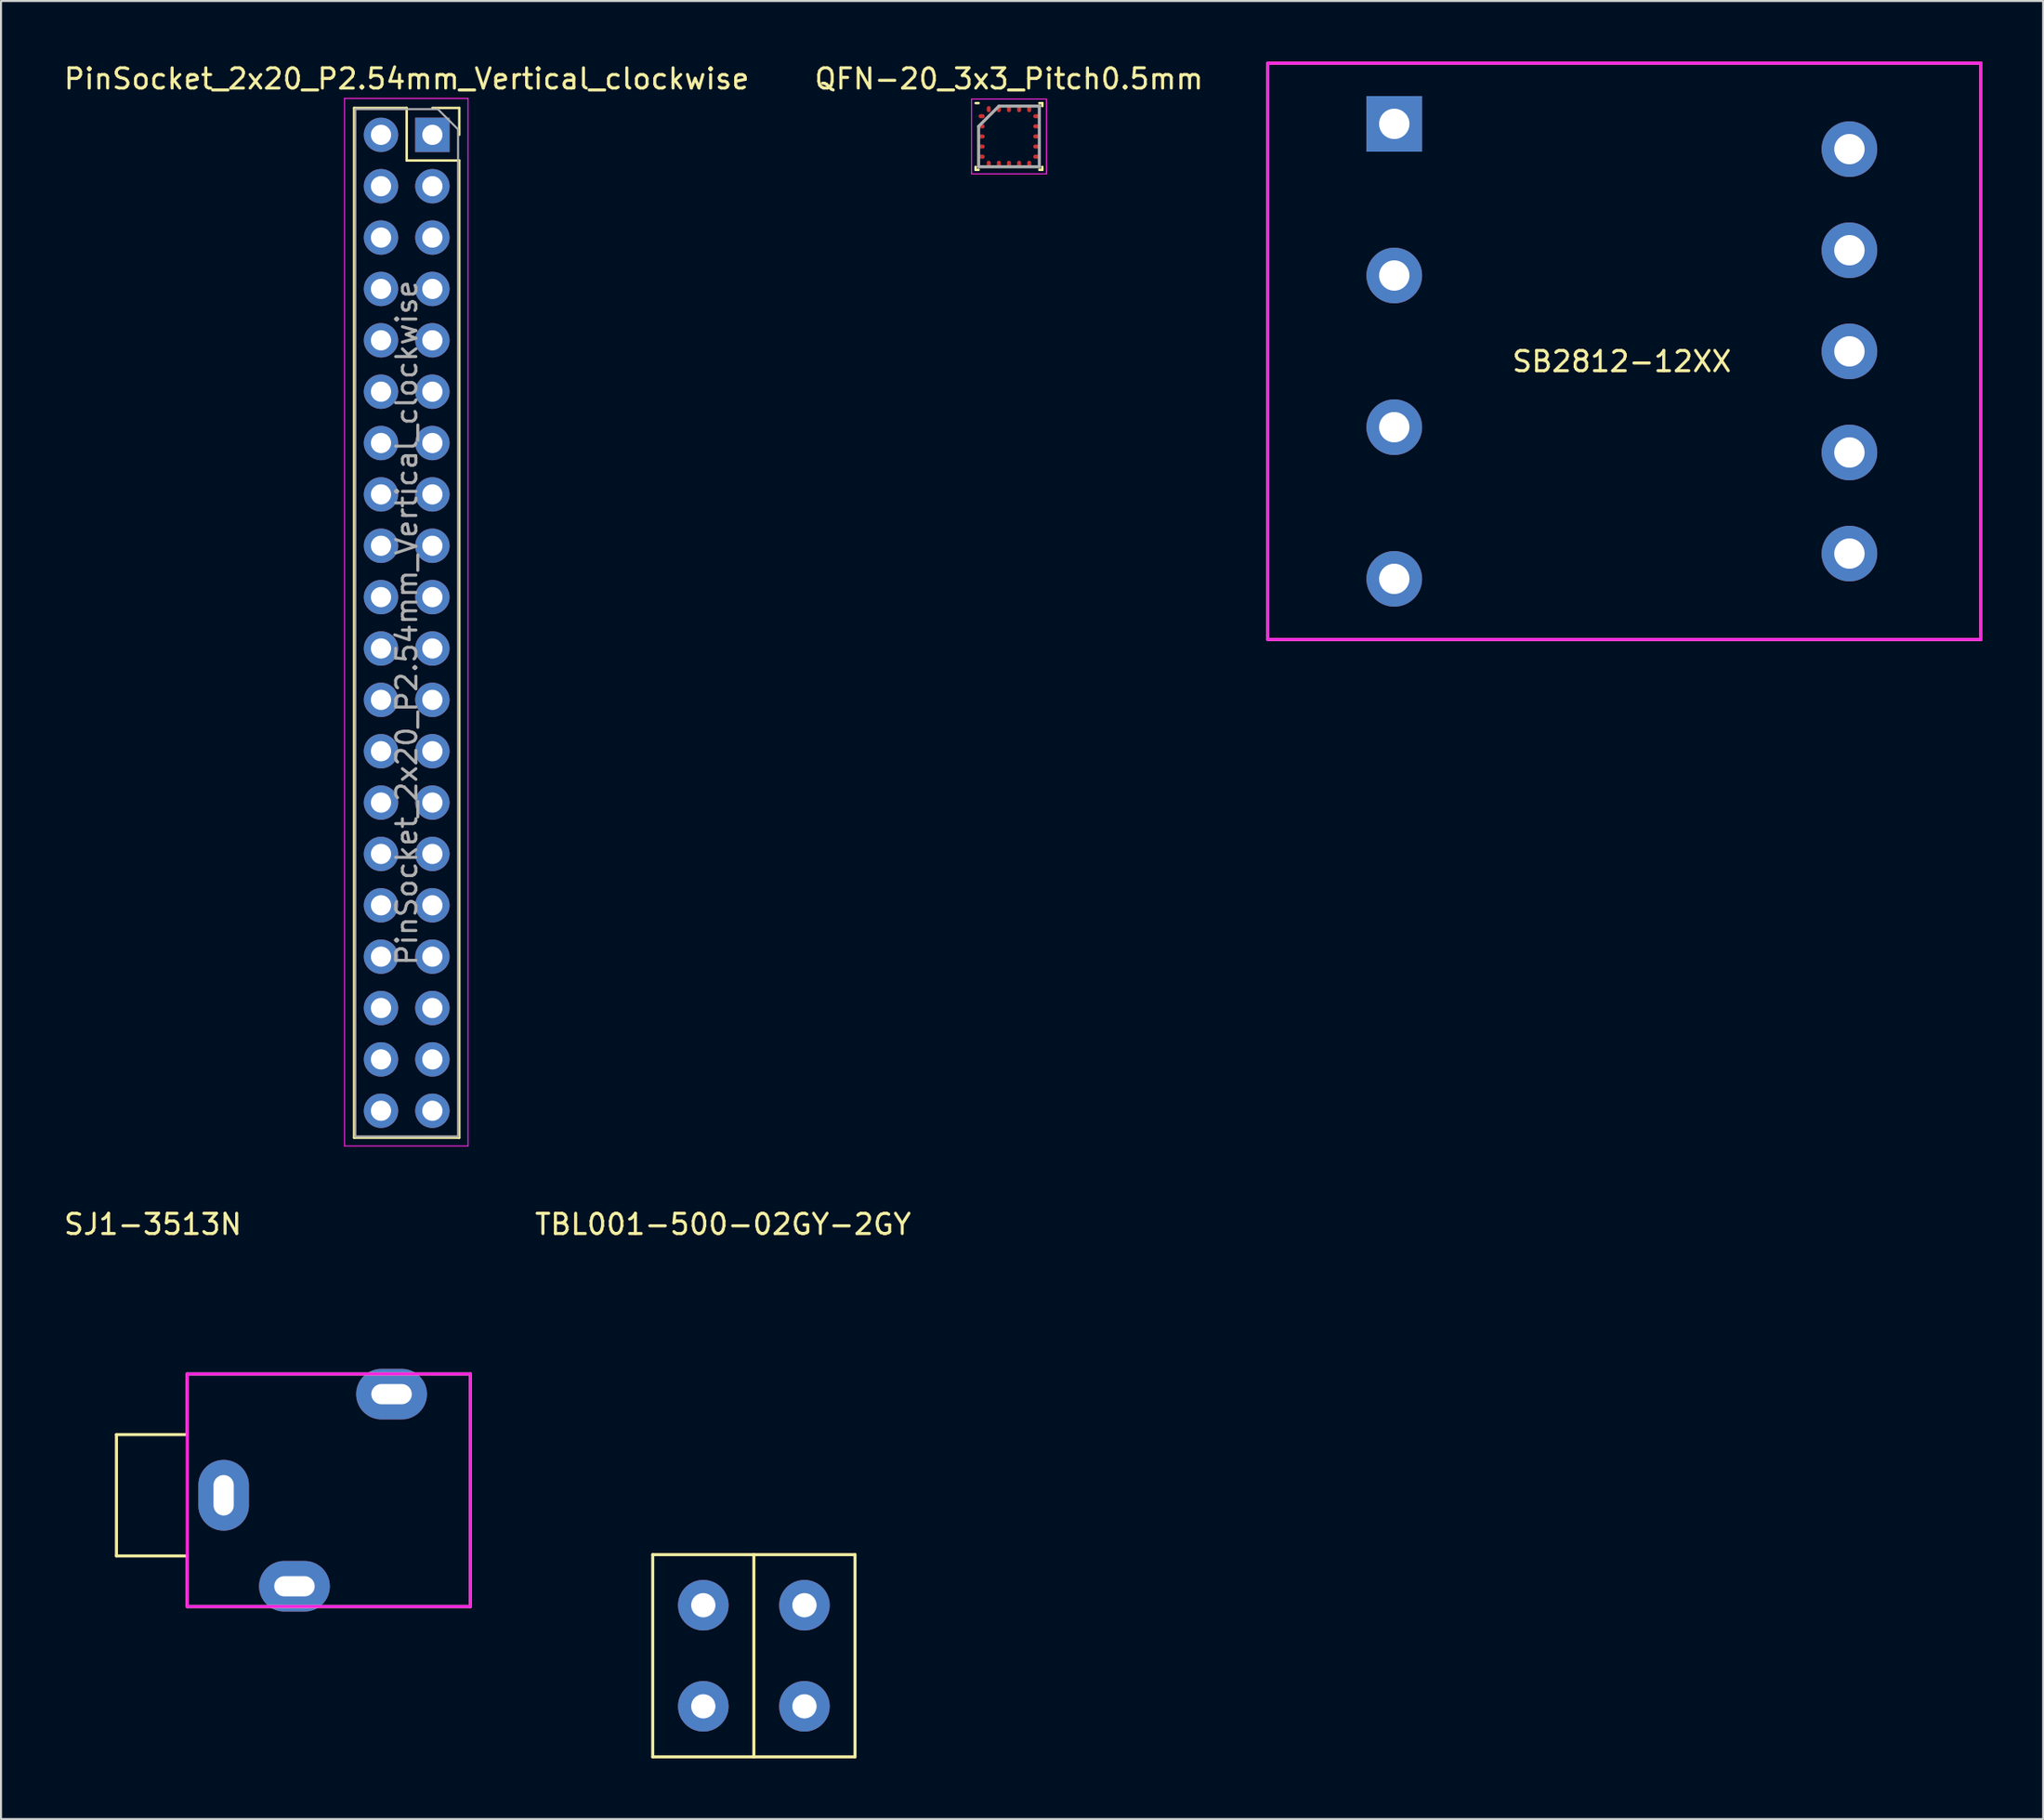
<source format=kicad_pcb>
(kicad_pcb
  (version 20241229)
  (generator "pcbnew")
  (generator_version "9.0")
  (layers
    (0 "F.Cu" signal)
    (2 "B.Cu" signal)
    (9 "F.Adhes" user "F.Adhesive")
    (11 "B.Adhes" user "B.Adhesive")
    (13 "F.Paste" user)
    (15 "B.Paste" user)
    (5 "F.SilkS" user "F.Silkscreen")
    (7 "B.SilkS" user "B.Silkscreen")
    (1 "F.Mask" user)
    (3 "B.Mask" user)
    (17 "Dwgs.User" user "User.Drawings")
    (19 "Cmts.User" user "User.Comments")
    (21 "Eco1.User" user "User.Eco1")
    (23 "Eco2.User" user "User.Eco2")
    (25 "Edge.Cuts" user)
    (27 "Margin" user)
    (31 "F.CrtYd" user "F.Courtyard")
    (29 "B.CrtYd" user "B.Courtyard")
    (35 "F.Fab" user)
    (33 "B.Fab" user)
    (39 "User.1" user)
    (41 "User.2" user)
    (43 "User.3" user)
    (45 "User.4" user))
  (footprint "QFN-20_3x3_Pitch0.5mm"
    (layer "F.Cu")
    (at 46.827 3.698)
    (property "Reference" "QFN-20_3x3_Pitch0.5mm" (at 0 -2.85 0) (layer "F.SilkS") (effects (font (size 1 1) (thickness 0.15))))
    (attr smd)
    (fp_line (start -1.65 1.65) (end -1.65 1.5) (stroke (width 0.12) (type solid)) (layer "F.SilkS"))
    (fp_line (start -1.5 -1.65) (end -1.65 -1.65) (stroke (width 0.12) (type solid)) (layer "F.SilkS"))
    (fp_line (start -1.5 1.65) (end -1.65 1.65) (stroke (width 0.12) (type solid)) (layer "F.SilkS"))
    (fp_line (start 1.5 -1.65) (end 1.65 -1.65) (stroke (width 0.12) (type solid)) (layer "F.SilkS"))
    (fp_line (start 1.5 1.65) (end 1.65 1.65) (stroke (width 0.12) (type solid)) (layer "F.SilkS"))
    (fp_line (start 1.65 -1.65) (end 1.65 -1.5) (stroke (width 0.12) (type solid)) (layer "F.SilkS"))
    (fp_line (start 1.65 1.65) (end 1.65 1.5) (stroke (width 0.12) (type solid)) (layer "F.SilkS"))
    (fp_line (start -1.85 -1.85) (end 1.85 -1.85) (stroke (width 0.05) (type solid)) (layer "F.CrtYd"))
    (fp_line (start -1.85 1.85) (end -1.85 -1.85) (stroke (width 0.05) (type solid)) (layer "F.CrtYd"))
    (fp_line (start 1.85 -1.85) (end 1.85 1.85) (stroke (width 0.05) (type solid)) (layer "F.CrtYd"))
    (fp_line (start 1.85 1.85) (end -1.85 1.85) (stroke (width 0.05) (type solid)) (layer "F.CrtYd"))
    (fp_line (start -1.5 -0.5) (end -1.5 1.5) (stroke (width 0.15) (type solid)) (layer "F.Fab"))
    (fp_line (start -1.5 1.5) (end 1.5 1.5) (stroke (width 0.15) (type solid)) (layer "F.Fab"))
    (fp_line (start -0.5 -1.5) (end -1.5 -0.5) (stroke (width 0.15) (type solid)) (layer "F.Fab"))
    (fp_line (start 1.5 -1.5) (end -0.5 -1.5) (stroke (width 0.15) (type solid)) (layer "F.Fab"))
    (fp_line (start 1.5 1.5) (end 1.5 -1.5) (stroke (width 0.15) (type solid)) (layer "F.Fab"))
    (pad "1" smd oval (at -1.35 -1 90) (size 0.2 0.3) (layers "F.Cu" "F.Mask" "F.Paste"))
    (pad "2" smd oval (at -1.35 -0.5 90) (size 0.2 0.3) (layers "F.Cu" "F.Mask" "F.Paste"))
    (pad "3" smd oval (at -1.35 0 90) (size 0.2 0.3) (layers "F.Cu" "F.Mask" "F.Paste"))
    (pad "4" smd oval (at -1.35 0.5 90) (size 0.2 0.3) (layers "F.Cu" "F.Mask" "F.Paste"))
    (pad "5" smd oval (at -1.35 1 90) (size 0.2 0.3) (layers "F.Cu" "F.Mask" "F.Paste"))
    (pad "6" smd oval (at -1 1.35) (size 0.2 0.3) (layers "F.Cu" "F.Mask" "F.Paste"))
    (pad "7" smd oval (at -0.5 1.35) (size 0.2 0.3) (layers "F.Cu" "F.Mask" "F.Paste"))
    (pad "8" smd oval (at 0 1.35) (size 0.2 0.3) (layers "F.Cu" "F.Mask" "F.Paste"))
    (pad "9" smd oval (at 0.5 1.35) (size 0.2 0.3) (layers "F.Cu" "F.Mask" "F.Paste"))
    (pad "10" smd oval (at 1 1.35) (size 0.2 0.3) (layers "F.Cu" "F.Mask" "F.Paste"))
    (pad "11" smd oval (at 1.35 1 90) (size 0.2 0.3) (layers "F.Cu" "F.Mask" "F.Paste"))
    (pad "12" smd oval (at 1.35 0.5 90) (size 0.2 0.3) (layers "F.Cu" "F.Mask" "F.Paste"))
    (pad "13" smd oval (at 1.35 0 90) (size 0.2 0.3) (layers "F.Cu" "F.Mask" "F.Paste"))
    (pad "14" smd oval (at 1.35 -0.5 90) (size 0.2 0.3) (layers "F.Cu" "F.Mask" "F.Paste"))
    (pad "15" smd oval (at 1.35 -1 90) (size 0.2 0.3) (layers "F.Cu" "F.Mask" "F.Paste"))
    (pad "16" smd oval (at 1 -1.35) (size 0.2 0.3) (layers "F.Cu" "F.Mask" "F.Paste"))
    (pad "17" smd oval (at 0.5 -1.35) (size 0.2 0.3) (layers "F.Cu" "F.Mask" "F.Paste"))
    (pad "18" smd oval (at 0 -1.35) (size 0.2 0.3) (layers "F.Cu" "F.Mask" "F.Paste"))
    (pad "19" smd oval (at -0.5 -1.35) (size 0.2 0.3) (layers "F.Cu" "F.Mask" "F.Paste"))
    (pad "20" smd oval (at -1 -1.35) (size 0.2 0.3) (layers "F.Cu" "F.Mask" "F.Paste")))
  (footprint "SJ1-3513N"
    (layer "F.Cu")
    (at 6.206 70.891)
    (property "Reference" "SJ1-3513N" (at -1.7 -13.4 0) (layer "F.SilkS") (effects (font (size 1 1) (thickness 0.15))))
    (attr through_hole)
    (fp_line (start -3.5 -3) (end 0 -3) (stroke (width 0.15) (type solid)) (layer "F.SilkS"))
    (fp_line (start -3.5 3) (end -3.5 -3) (stroke (width 0.15) (type solid)) (layer "F.SilkS"))
    (fp_line (start 0 -6) (end 14 -6) (stroke (width 0.15) (type solid)) (layer "F.SilkS"))
    (fp_line (start 0 -3) (end 0 -6) (stroke (width 0.15) (type solid)) (layer "F.SilkS"))
    (fp_line (start 0 3) (end -3.5 3) (stroke (width 0.15) (type solid)) (layer "F.SilkS"))
    (fp_line (start 0 5.5) (end 0 3) (stroke (width 0.15) (type solid)) (layer "F.SilkS"))
    (fp_line (start 14 -6) (end 14 5.5) (stroke (width 0.15) (type solid)) (layer "F.SilkS"))
    (fp_line (start 14 5.5) (end 0 5.5) (stroke (width 0.15) (type solid)) (layer "F.SilkS"))
    (fp_line (start 0 -6) (end 14 -6) (stroke (width 0.15) (type solid)) (layer "F.CrtYd"))
    (fp_line (start 0 5.5) (end 0 -6) (stroke (width 0.15) (type solid)) (layer "F.CrtYd"))
    (fp_line (start 14 -6) (end 14 5.5) (stroke (width 0.15) (type solid)) (layer "F.CrtYd"))
    (fp_line (start 14 5.5) (end 0 5.5) (stroke (width 0.15) (type solid)) (layer "F.CrtYd"))
    (pad "R" thru_hole oval (at 10.1 -5 180) (size 3.5 2.5) (drill oval 2 1) (layers "*.Cu" "*.Mask"))
    (pad "S" thru_hole oval (at 1.8 0 90) (size 3.5 2.5) (drill oval 2 1) (layers "*.Cu" "*.Mask"))
    (pad "T" thru_hole oval (at 5.3 4.5 180) (size 3.5 2.5) (drill oval 2 1) (layers "*.Cu" "*.Mask")))
  (footprint "SB2812-12XX"
    (layer "F.Cu")
    (at 77.123 14.325)
    (property "Reference" "SB2812-12XX" (at 0 0.5 0) (layer "F.SilkS") (effects (font (size 1 1) (thickness 0.15))))
    (attr through_hole)
    (fp_line (start -17.5 -14.25) (end 17.75 -14.25) (stroke (width 0.15) (type solid)) (layer "F.SilkS"))
    (fp_line (start -17.5 14.25) (end -17.5 -14.25) (stroke (width 0.15) (type solid)) (layer "F.SilkS"))
    (fp_line (start 17.75 -14.25) (end 17.75 14.25) (stroke (width 0.15) (type solid)) (layer "F.SilkS"))
    (fp_line (start 17.75 14.25) (end -17.5 14.25) (stroke (width 0.15) (type solid)) (layer "F.SilkS"))
    (fp_line (start -17.5 -14.25) (end 17.75 -14.25) (stroke (width 0.15) (type solid)) (layer "F.CrtYd"))
    (fp_line (start -17.5 14.25) (end -17.5 -14.25) (stroke (width 0.15) (type solid)) (layer "F.CrtYd"))
    (fp_line (start 17.75 -14.25) (end 17.75 14.25) (stroke (width 0.15) (type solid)) (layer "F.CrtYd"))
    (fp_line (start 17.75 14.25) (end -17.5 14.25) (stroke (width 0.15) (type solid)) (layer "F.CrtYd"))
    (pad "1" thru_hole rect (at -11.25 -11.25) (size 2.75 2.75) (drill 1.5) (layers "*.Cu" "*.Mask"))
    (pad "2" thru_hole circle (at -11.25 -3.75) (size 2.75 2.75) (drill 1.5) (layers "*.Cu" "*.Mask"))
    (pad "3" thru_hole circle (at -11.25 3.75) (size 2.75 2.75) (drill 1.5) (layers "*.Cu" "*.Mask"))
    (pad "4" thru_hole circle (at -11.25 11.25) (size 2.75 2.75) (drill 1.5) (layers "*.Cu" "*.Mask"))
    (pad "5" thru_hole circle (at 11.25 10) (size 2.75 2.75) (drill 1.5) (layers "*.Cu" "*.Mask"))
    (pad "6" thru_hole circle (at 11.25 5) (size 2.75 2.75) (drill 1.5) (layers "*.Cu" "*.Mask"))
    (pad "7" thru_hole circle (at 11.25 0) (size 2.75 2.75) (drill 1.5) (layers "*.Cu" "*.Mask"))
    (pad "8" thru_hole circle (at 11.25 -5) (size 2.75 2.75) (drill 1.5) (layers "*.Cu" "*.Mask"))
    (pad "9" thru_hole circle (at 11.25 -10) (size 2.75 2.75) (drill 1.5) (layers "*.Cu" "*.Mask")))
  (footprint "TBL001-500-02GY-2GY"
    (layer "F.Cu")
    (at 34.216 78.828)
    (property "Reference" "TBL001-500-02GY-2GY" (at -1.524 -21.336 0) (layer "F.SilkS") (effects (font (size 1 1) (thickness 0.15))))
    (attr through_hole)
    (fp_line (start -5 -5) (end 5 -5) (stroke (width 0.15) (type solid)) (layer "F.SilkS"))
    (fp_line (start -5 5) (end -5 -5) (stroke (width 0.15) (type solid)) (layer "F.SilkS"))
    (fp_line (start 0 -5) (end 0 5) (stroke (width 0.15) (type solid)) (layer "F.SilkS"))
    (fp_line (start 5 -5) (end 5 5) (stroke (width 0.15) (type solid)) (layer "F.SilkS"))
    (fp_line (start 5 5) (end -5 5) (stroke (width 0.15) (type solid)) (layer "F.SilkS"))
    (pad "1" thru_hole circle (at -2.5 -2.5) (size 2.5 2.5) (drill 1.2) (layers "*.Cu" "*.Mask"))
    (pad "1" thru_hole circle (at -2.5 2.5) (size 2.5 2.5) (drill 1.2) (layers "*.Cu" "*.Mask"))
    (pad "2" thru_hole circle (at 2.5 -2.5) (size 2.5 2.5) (drill 1.2) (layers "*.Cu" "*.Mask"))
    (pad "2" thru_hole circle (at 2.5 2.5) (size 2.5 2.5) (drill 1.2) (layers "*.Cu" "*.Mask")))
  (footprint "PinSocket_2x20_P2.54mm_Vertical_clockwise"
    (layer "F.Cu")
    (at 18.324 3.618)
    (property "Reference" "PinSocket_2x20_P2.54mm_Vertical_clockwise" (at -1.27 -2.77 0) (layer "F.SilkS") (effects (font (size 1 1) (thickness 0.15))))
    (attr through_hole)
    (fp_line (start -3.87 -1.33) (end -3.87 49.59) (stroke (width 0.12) (type solid)) (layer "F.SilkS"))
    (fp_line (start -3.87 -1.33) (end -1.27 -1.33) (stroke (width 0.12) (type solid)) (layer "F.SilkS"))
    (fp_line (start -3.87 49.59) (end 1.33 49.59) (stroke (width 0.12) (type solid)) (layer "F.SilkS"))
    (fp_line (start -1.27 -1.33) (end -1.27 1.27) (stroke (width 0.12) (type solid)) (layer "F.SilkS"))
    (fp_line (start -1.27 1.27) (end 1.33 1.27) (stroke (width 0.12) (type solid)) (layer "F.SilkS"))
    (fp_line (start 0 -1.33) (end 1.33 -1.33) (stroke (width 0.12) (type solid)) (layer "F.SilkS"))
    (fp_line (start 1.33 -1.33) (end 1.33 0) (stroke (width 0.12) (type solid)) (layer "F.SilkS"))
    (fp_line (start 1.33 1.27) (end 1.33 49.59) (stroke (width 0.12) (type solid)) (layer "F.SilkS"))
    (fp_line (start -4.34 -1.8) (end 1.76 -1.8) (stroke (width 0.05) (type solid)) (layer "F.CrtYd"))
    (fp_line (start -4.34 50) (end -4.34 -1.8) (stroke (width 0.05) (type solid)) (layer "F.CrtYd"))
    (fp_line (start 1.76 -1.8) (end 1.76 50) (stroke (width 0.05) (type solid)) (layer "F.CrtYd"))
    (fp_line (start 1.76 50) (end -4.34 50) (stroke (width 0.05) (type solid)) (layer "F.CrtYd"))
    (fp_line (start -3.81 -1.27) (end 0.27 -1.27) (stroke (width 0.1) (type solid)) (layer "F.Fab"))
    (fp_line (start -3.81 49.53) (end -3.81 -1.27) (stroke (width 0.1) (type solid)) (layer "F.Fab"))
    (fp_line (start 0.27 -1.27) (end 1.27 -0.27) (stroke (width 0.1) (type solid)) (layer "F.Fab"))
    (fp_line (start 1.27 -0.27) (end 1.27 49.53) (stroke (width 0.1) (type solid)) (layer "F.Fab"))
    (fp_line (start 1.27 49.53) (end -3.81 49.53) (stroke (width 0.1) (type solid)) (layer "F.Fab"))
    (fp_text user "${REFERENCE}" (at -1.27 24.13 90) (layer "F.Fab") (effects (font (size 1 1) (thickness 0.15))))
    (pad "1" thru_hole rect (at 0 0) (size 1.7 1.7) (drill 1) (layers "*.Cu" "*.Mask"))
    (pad "2" thru_hole oval (at 0 2.54) (size 1.7 1.7) (drill 1) (layers "*.Cu" "*.Mask"))
    (pad "3" thru_hole oval (at 0 5.08) (size 1.7 1.7) (drill 1) (layers "*.Cu" "*.Mask"))
    (pad "4" thru_hole oval (at 0 7.62) (size 1.7 1.7) (drill 1) (layers "*.Cu" "*.Mask"))
    (pad "5" thru_hole oval (at 0 10.16) (size 1.7 1.7) (drill 1) (layers "*.Cu" "*.Mask"))
    (pad "6" thru_hole oval (at 0 12.7) (size 1.7 1.7) (drill 1) (layers "*.Cu" "*.Mask"))
    (pad "7" thru_hole oval (at 0 15.24) (size 1.7 1.7) (drill 1) (layers "*.Cu" "*.Mask"))
    (pad "8" thru_hole oval (at 0 17.78) (size 1.7 1.7) (drill 1) (layers "*.Cu" "*.Mask"))
    (pad "9" thru_hole oval (at 0 20.32) (size 1.7 1.7) (drill 1) (layers "*.Cu" "*.Mask"))
    (pad "10" thru_hole oval (at 0 22.86) (size 1.7 1.7) (drill 1) (layers "*.Cu" "*.Mask"))
    (pad "11" thru_hole oval (at 0 25.4) (size 1.7 1.7) (drill 1) (layers "*.Cu" "*.Mask"))
    (pad "12" thru_hole oval (at 0 27.94) (size 1.7 1.7) (drill 1) (layers "*.Cu" "*.Mask"))
    (pad "13" thru_hole oval (at 0 30.48) (size 1.7 1.7) (drill 1) (layers "*.Cu" "*.Mask"))
    (pad "14" thru_hole oval (at 0 33.02) (size 1.7 1.7) (drill 1) (layers "*.Cu" "*.Mask"))
    (pad "15" thru_hole oval (at 0 35.56) (size 1.7 1.7) (drill 1) (layers "*.Cu" "*.Mask"))
    (pad "16" thru_hole oval (at 0 38.1) (size 1.7 1.7) (drill 1) (layers "*.Cu" "*.Mask"))
    (pad "17" thru_hole oval (at 0 40.64) (size 1.7 1.7) (drill 1) (layers "*.Cu" "*.Mask"))
    (pad "18" thru_hole oval (at 0 43.18) (size 1.7 1.7) (drill 1) (layers "*.Cu" "*.Mask"))
    (pad "19" thru_hole oval (at 0 45.72) (size 1.7 1.7) (drill 1) (layers "*.Cu" "*.Mask"))
    (pad "20" thru_hole oval (at 0 48.26) (size 1.7 1.7) (drill 1) (layers "*.Cu" "*.Mask"))
    (pad "21" thru_hole oval (at -2.54 48.26) (size 1.7 1.7) (drill 1) (layers "*.Cu" "*.Mask"))
    (pad "22" thru_hole oval (at -2.54 45.72) (size 1.7 1.7) (drill 1) (layers "*.Cu" "*.Mask"))
    (pad "23" thru_hole oval (at -2.54 43.18) (size 1.7 1.7) (drill 1) (layers "*.Cu" "*.Mask"))
    (pad "24" thru_hole oval (at -2.54 40.64) (size 1.7 1.7) (drill 1) (layers "*.Cu" "*.Mask"))
    (pad "25" thru_hole oval (at -2.54 38.1) (size 1.7 1.7) (drill 1) (layers "*.Cu" "*.Mask"))
    (pad "26" thru_hole oval (at -2.54 35.56) (size 1.7 1.7) (drill 1) (layers "*.Cu" "*.Mask"))
    (pad "27" thru_hole oval (at -2.54 33.02) (size 1.7 1.7) (drill 1) (layers "*.Cu" "*.Mask"))
    (pad "28" thru_hole oval (at -2.54 30.48) (size 1.7 1.7) (drill 1) (layers "*.Cu" "*.Mask"))
    (pad "29" thru_hole oval (at -2.54 27.94) (size 1.7 1.7) (drill 1) (layers "*.Cu" "*.Mask"))
    (pad "30" thru_hole oval (at -2.54 25.4) (size 1.7 1.7) (drill 1) (layers "*.Cu" "*.Mask"))
    (pad "31" thru_hole oval (at -2.54 22.86) (size 1.7 1.7) (drill 1) (layers "*.Cu" "*.Mask"))
    (pad "32" thru_hole oval (at -2.54 20.32) (size 1.7 1.7) (drill 1) (layers "*.Cu" "*.Mask"))
    (pad "33" thru_hole oval (at -2.54 17.78) (size 1.7 1.7) (drill 1) (layers "*.Cu" "*.Mask"))
    (pad "34" thru_hole oval (at -2.54 15.24) (size 1.7 1.7) (drill 1) (layers "*.Cu" "*.Mask"))
    (pad "35" thru_hole oval (at -2.54 12.7) (size 1.7 1.7) (drill 1) (layers "*.Cu" "*.Mask"))
    (pad "36" thru_hole oval (at -2.54 10.16) (size 1.7 1.7) (drill 1) (layers "*.Cu" "*.Mask"))
    (pad "37" thru_hole oval (at -2.54 7.62) (size 1.7 1.7) (drill 1) (layers "*.Cu" "*.Mask"))
    (pad "38" thru_hole oval (at -2.54 5.08) (size 1.7 1.7) (drill 1) (layers "*.Cu" "*.Mask"))
    (pad "39" thru_hole oval (at -2.54 2.54) (size 1.7 1.7) (drill 1) (layers "*.Cu" "*.Mask"))
    (pad "40" thru_hole oval (at -2.54 0) (size 1.7 1.7) (drill 1) (layers "*.Cu" "*.Mask")))
  (gr_rect
    (start -3 -3)
    (end 97.948 86.903)
    (stroke (width 0.1) (type default))
    (fill no)
    (layer "Edge.Cuts")))
</source>
